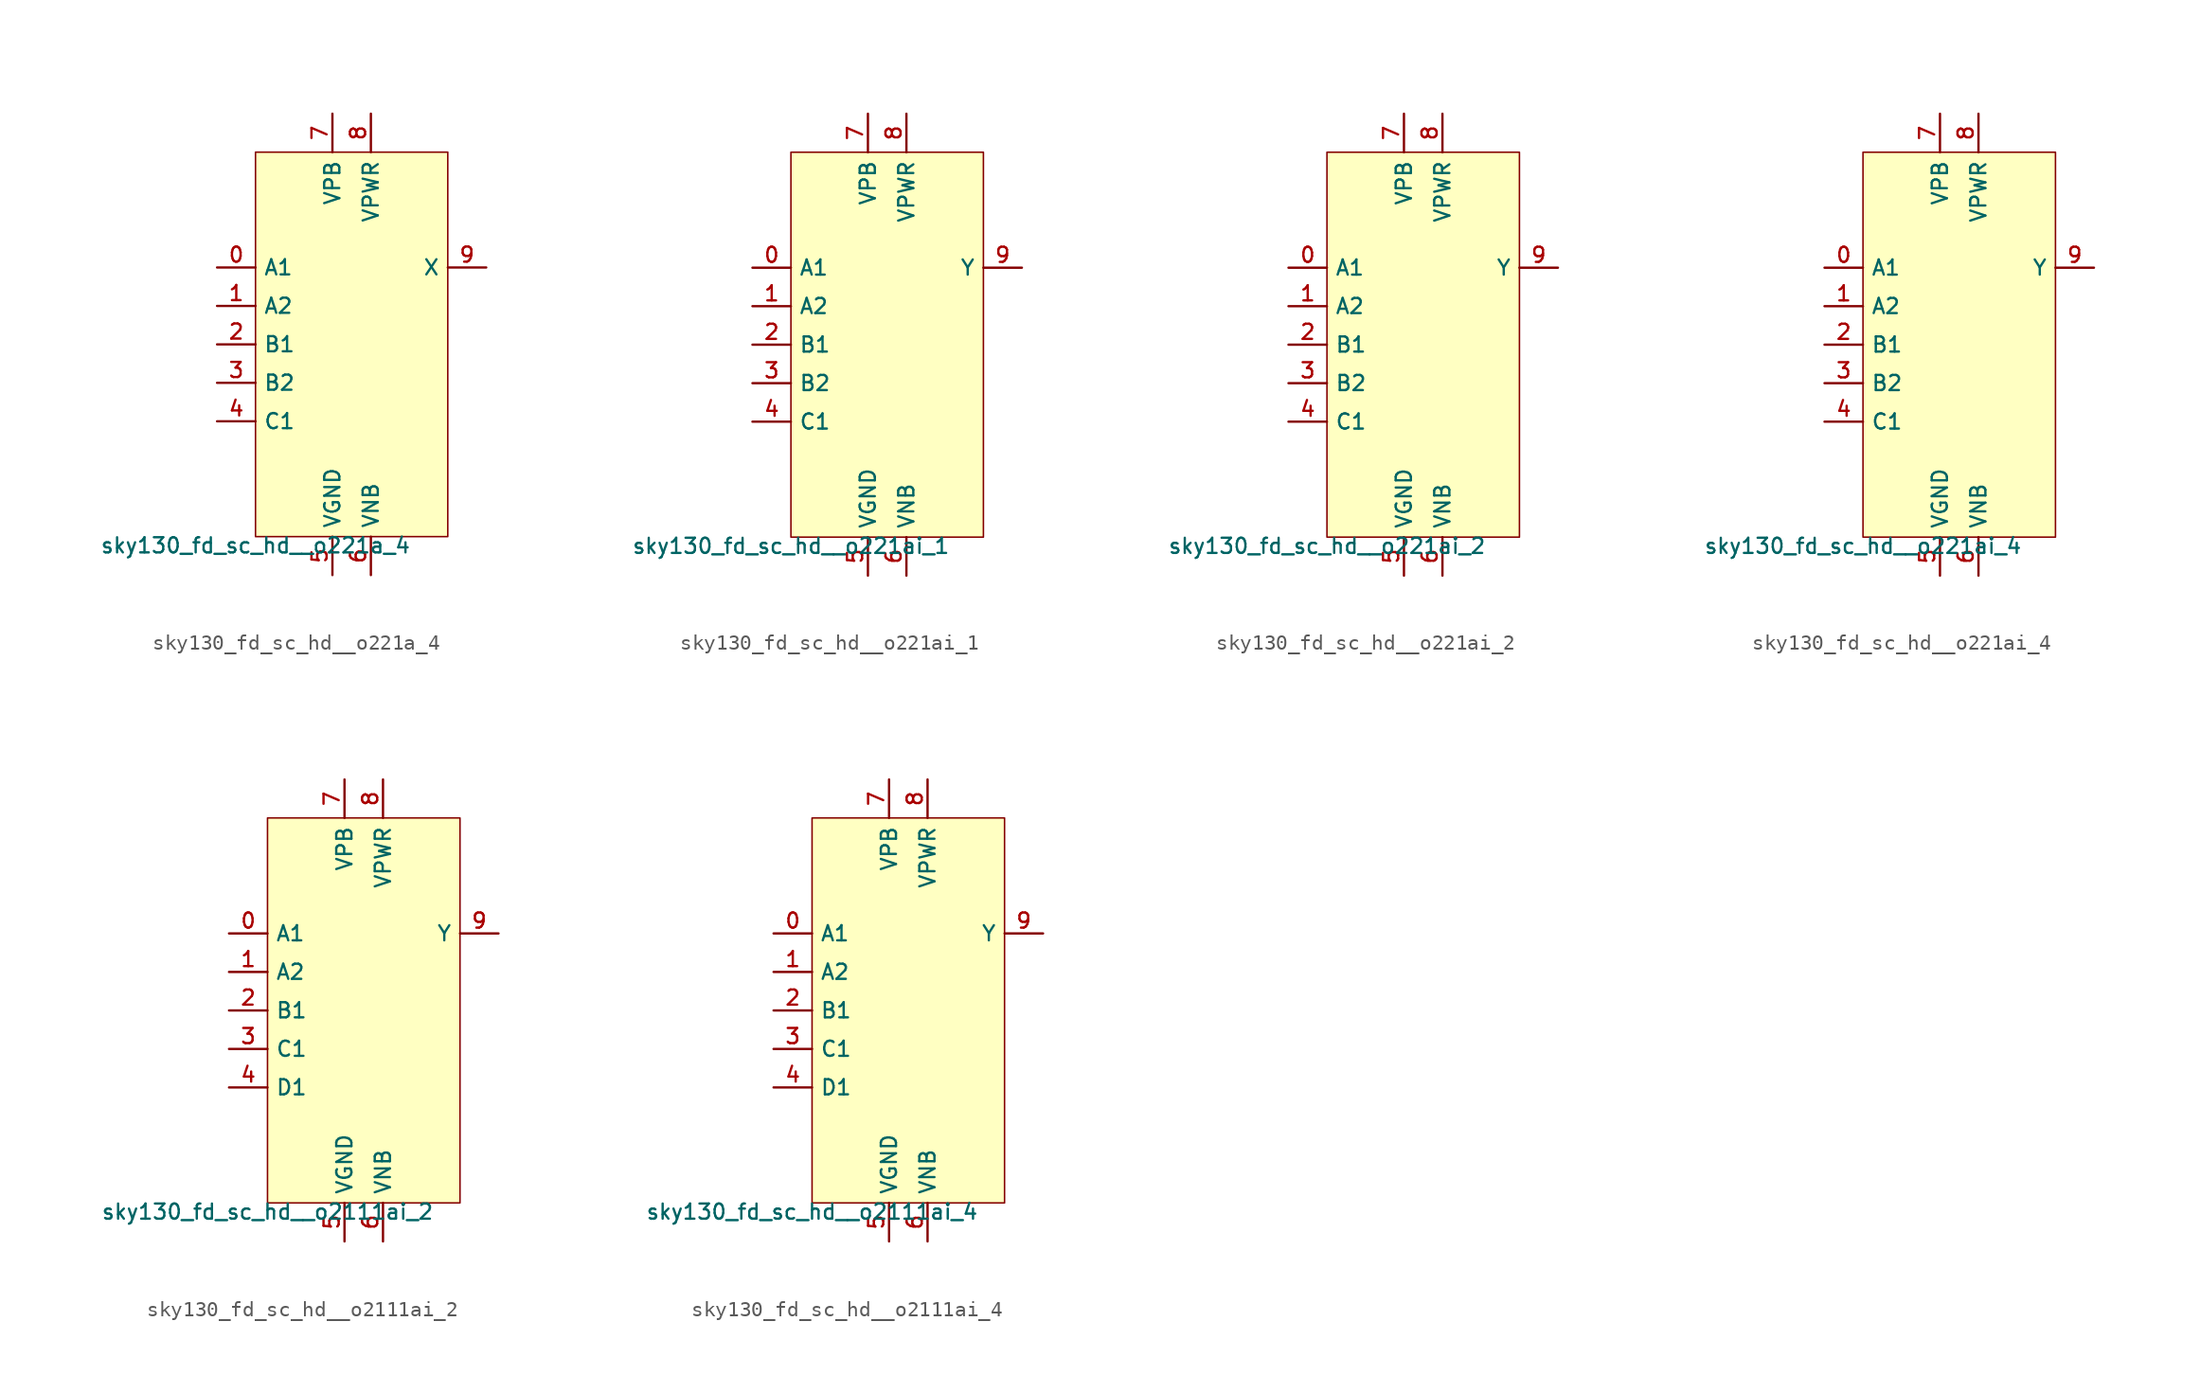
<source format=kicad_sym>
(kicad_symbol_lib
  (version 20211014)
  (generator lef2kicad_sym)
  (symbol "sky130_fd_sc_hd__o221a_4"
    (property "Reference" "X"
      (at 0 0 0)
      (effects (font (size 1 1)) hide))
    (property "Value" "sky130_fd_sc_hd__o221a_4"
      (at -6.35 -12.7 0)
      (effects (font (size 1 1)) (justify top)))
    (rectangle
      (start -6.35 -12.7)
      (end 6.35 12.7)
      (stroke (width 0.1) (type solid) (color 0 0 0 0))
      (fill (type background)))
    (pin input line
      (at -8.89 5.08 0)
      (length 2.54)
      (name "A1" (effects (font (size 1 1)) hide))
      (number "0" (effects (font (size 1 1)) hide)))
    (pin input line
      (at -8.89 2.54 0)
      (length 2.54)
      (name "A2" (effects (font (size 1 1)) hide))
      (number "1" (effects (font (size 1 1)) hide)))
    (pin input line
      (at -8.89 -8.881784197001252e-16 0)
      (length 2.54)
      (name "B1" (effects (font (size 1 1)) hide))
      (number "2" (effects (font (size 1 1)) hide)))
    (pin input line
      (at -8.89 -2.54 0)
      (length 2.54)
      (name "B2" (effects (font (size 1 1)) hide))
      (number "3" (effects (font (size 1 1)) hide)))
    (pin input line
      (at -8.89 -5.08 0)
      (length 2.54)
      (name "C1" (effects (font (size 1 1)) hide))
      (number "4" (effects (font (size 1 1)) hide)))
    (pin power_in line
      (at -1.27 -15.24 90)
      (length 2.54)
      (name "VGND" (effects (font (size 1 1)) hide))
      (number "5" (effects (font (size 1 1)) hide)))
    (pin power_in line
      (at 1.27 -15.24 90)
      (length 2.54)
      (name "VNB" (effects (font (size 1 1)) hide))
      (number "6" (effects (font (size 1 1)) hide)))
    (pin power_in line
      (at -1.27 15.24 270)
      (length 2.54)
      (name "VPB" (effects (font (size 1 1)) hide))
      (number "7" (effects (font (size 1 1)) hide)))
    (pin power_in line
      (at 1.27 15.24 270)
      (length 2.54)
      (name "VPWR" (effects (font (size 1 1)) hide))
      (number "8" (effects (font (size 1 1)) hide)))
    (pin output line
      (at 8.89 5.08 180)
      (length 2.54)
      (name "X" (effects (font (size 1 1)) hide))
      (number "9" (effects (font (size 1 1)) hide))))
  (symbol "sky130_fd_sc_hd__o221ai_1"
    (property "Reference" "X"
      (at 0 0 0)
      (effects (font (size 1 1)) hide))
    (property "Value" "sky130_fd_sc_hd__o221ai_1"
      (at -6.35 -12.7 0)
      (effects (font (size 1 1)) (justify top)))
    (rectangle
      (start -6.35 -12.7)
      (end 6.35 12.7)
      (stroke (width 0.1) (type solid) (color 0 0 0 0))
      (fill (type background)))
    (pin input line
      (at -8.89 5.08 0)
      (length 2.54)
      (name "A1" (effects (font (size 1 1)) hide))
      (number "0" (effects (font (size 1 1)) hide)))
    (pin input line
      (at -8.89 2.54 0)
      (length 2.54)
      (name "A2" (effects (font (size 1 1)) hide))
      (number "1" (effects (font (size 1 1)) hide)))
    (pin input line
      (at -8.89 -8.881784197001252e-16 0)
      (length 2.54)
      (name "B1" (effects (font (size 1 1)) hide))
      (number "2" (effects (font (size 1 1)) hide)))
    (pin input line
      (at -8.89 -2.54 0)
      (length 2.54)
      (name "B2" (effects (font (size 1 1)) hide))
      (number "3" (effects (font (size 1 1)) hide)))
    (pin input line
      (at -8.89 -5.08 0)
      (length 2.54)
      (name "C1" (effects (font (size 1 1)) hide))
      (number "4" (effects (font (size 1 1)) hide)))
    (pin power_in line
      (at -1.27 -15.24 90)
      (length 2.54)
      (name "VGND" (effects (font (size 1 1)) hide))
      (number "5" (effects (font (size 1 1)) hide)))
    (pin power_in line
      (at 1.27 -15.24 90)
      (length 2.54)
      (name "VNB" (effects (font (size 1 1)) hide))
      (number "6" (effects (font (size 1 1)) hide)))
    (pin power_in line
      (at -1.27 15.24 270)
      (length 2.54)
      (name "VPB" (effects (font (size 1 1)) hide))
      (number "7" (effects (font (size 1 1)) hide)))
    (pin power_in line
      (at 1.27 15.24 270)
      (length 2.54)
      (name "VPWR" (effects (font (size 1 1)) hide))
      (number "8" (effects (font (size 1 1)) hide)))
    (pin output line
      (at 8.89 5.08 180)
      (length 2.54)
      (name "Y" (effects (font (size 1 1)) hide))
      (number "9" (effects (font (size 1 1)) hide))))
  (symbol "sky130_fd_sc_hd__o221ai_2"
    (property "Reference" "X"
      (at 0 0 0)
      (effects (font (size 1 1)) hide))
    (property "Value" "sky130_fd_sc_hd__o221ai_2"
      (at -6.35 -12.7 0)
      (effects (font (size 1 1)) (justify top)))
    (rectangle
      (start -6.35 -12.7)
      (end 6.35 12.7)
      (stroke (width 0.1) (type solid) (color 0 0 0 0))
      (fill (type background)))
    (pin input line
      (at -8.89 5.08 0)
      (length 2.54)
      (name "A1" (effects (font (size 1 1)) hide))
      (number "0" (effects (font (size 1 1)) hide)))
    (pin input line
      (at -8.89 2.54 0)
      (length 2.54)
      (name "A2" (effects (font (size 1 1)) hide))
      (number "1" (effects (font (size 1 1)) hide)))
    (pin input line
      (at -8.89 -8.881784197001252e-16 0)
      (length 2.54)
      (name "B1" (effects (font (size 1 1)) hide))
      (number "2" (effects (font (size 1 1)) hide)))
    (pin input line
      (at -8.89 -2.54 0)
      (length 2.54)
      (name "B2" (effects (font (size 1 1)) hide))
      (number "3" (effects (font (size 1 1)) hide)))
    (pin input line
      (at -8.89 -5.08 0)
      (length 2.54)
      (name "C1" (effects (font (size 1 1)) hide))
      (number "4" (effects (font (size 1 1)) hide)))
    (pin power_in line
      (at -1.27 -15.24 90)
      (length 2.54)
      (name "VGND" (effects (font (size 1 1)) hide))
      (number "5" (effects (font (size 1 1)) hide)))
    (pin power_in line
      (at 1.27 -15.24 90)
      (length 2.54)
      (name "VNB" (effects (font (size 1 1)) hide))
      (number "6" (effects (font (size 1 1)) hide)))
    (pin power_in line
      (at -1.27 15.24 270)
      (length 2.54)
      (name "VPB" (effects (font (size 1 1)) hide))
      (number "7" (effects (font (size 1 1)) hide)))
    (pin power_in line
      (at 1.27 15.24 270)
      (length 2.54)
      (name "VPWR" (effects (font (size 1 1)) hide))
      (number "8" (effects (font (size 1 1)) hide)))
    (pin output line
      (at 8.89 5.08 180)
      (length 2.54)
      (name "Y" (effects (font (size 1 1)) hide))
      (number "9" (effects (font (size 1 1)) hide))))
  (symbol "sky130_fd_sc_hd__o221ai_4"
    (property "Reference" "X"
      (at 0 0 0)
      (effects (font (size 1 1)) hide))
    (property "Value" "sky130_fd_sc_hd__o221ai_4"
      (at -6.35 -12.7 0)
      (effects (font (size 1 1)) (justify top)))
    (rectangle
      (start -6.35 -12.7)
      (end 6.35 12.7)
      (stroke (width 0.1) (type solid) (color 0 0 0 0))
      (fill (type background)))
    (pin input line
      (at -8.89 5.08 0)
      (length 2.54)
      (name "A1" (effects (font (size 1 1)) hide))
      (number "0" (effects (font (size 1 1)) hide)))
    (pin input line
      (at -8.89 2.54 0)
      (length 2.54)
      (name "A2" (effects (font (size 1 1)) hide))
      (number "1" (effects (font (size 1 1)) hide)))
    (pin input line
      (at -8.89 -8.881784197001252e-16 0)
      (length 2.54)
      (name "B1" (effects (font (size 1 1)) hide))
      (number "2" (effects (font (size 1 1)) hide)))
    (pin input line
      (at -8.89 -2.54 0)
      (length 2.54)
      (name "B2" (effects (font (size 1 1)) hide))
      (number "3" (effects (font (size 1 1)) hide)))
    (pin input line
      (at -8.89 -5.08 0)
      (length 2.54)
      (name "C1" (effects (font (size 1 1)) hide))
      (number "4" (effects (font (size 1 1)) hide)))
    (pin power_in line
      (at -1.27 -15.24 90)
      (length 2.54)
      (name "VGND" (effects (font (size 1 1)) hide))
      (number "5" (effects (font (size 1 1)) hide)))
    (pin power_in line
      (at 1.27 -15.24 90)
      (length 2.54)
      (name "VNB" (effects (font (size 1 1)) hide))
      (number "6" (effects (font (size 1 1)) hide)))
    (pin power_in line
      (at -1.27 15.24 270)
      (length 2.54)
      (name "VPB" (effects (font (size 1 1)) hide))
      (number "7" (effects (font (size 1 1)) hide)))
    (pin power_in line
      (at 1.27 15.24 270)
      (length 2.54)
      (name "VPWR" (effects (font (size 1 1)) hide))
      (number "8" (effects (font (size 1 1)) hide)))
    (pin output line
      (at 8.89 5.08 180)
      (length 2.54)
      (name "Y" (effects (font (size 1 1)) hide))
      (number "9" (effects (font (size 1 1)) hide))))
  (symbol "sky130_fd_sc_hd__o2111ai_2"
    (property "Reference" "X"
      (at 0 0 0)
      (effects (font (size 1 1)) hide))
    (property "Value" "sky130_fd_sc_hd__o2111ai_2"
      (at -6.35 -12.7 0)
      (effects (font (size 1 1)) (justify top)))
    (rectangle
      (start -6.35 -12.7)
      (end 6.35 12.7)
      (stroke (width 0.1) (type solid) (color 0 0 0 0))
      (fill (type background)))
    (pin input line
      (at -8.89 5.08 0)
      (length 2.54)
      (name "A1" (effects (font (size 1 1)) hide))
      (number "0" (effects (font (size 1 1)) hide)))
    (pin input line
      (at -8.89 2.54 0)
      (length 2.54)
      (name "A2" (effects (font (size 1 1)) hide))
      (number "1" (effects (font (size 1 1)) hide)))
    (pin input line
      (at -8.89 -8.881784197001252e-16 0)
      (length 2.54)
      (name "B1" (effects (font (size 1 1)) hide))
      (number "2" (effects (font (size 1 1)) hide)))
    (pin input line
      (at -8.89 -2.54 0)
      (length 2.54)
      (name "C1" (effects (font (size 1 1)) hide))
      (number "3" (effects (font (size 1 1)) hide)))
    (pin input line
      (at -8.89 -5.08 0)
      (length 2.54)
      (name "D1" (effects (font (size 1 1)) hide))
      (number "4" (effects (font (size 1 1)) hide)))
    (pin power_in line
      (at -1.27 -15.24 90)
      (length 2.54)
      (name "VGND" (effects (font (size 1 1)) hide))
      (number "5" (effects (font (size 1 1)) hide)))
    (pin power_in line
      (at 1.27 -15.24 90)
      (length 2.54)
      (name "VNB" (effects (font (size 1 1)) hide))
      (number "6" (effects (font (size 1 1)) hide)))
    (pin power_in line
      (at -1.27 15.24 270)
      (length 2.54)
      (name "VPB" (effects (font (size 1 1)) hide))
      (number "7" (effects (font (size 1 1)) hide)))
    (pin power_in line
      (at 1.27 15.24 270)
      (length 2.54)
      (name "VPWR" (effects (font (size 1 1)) hide))
      (number "8" (effects (font (size 1 1)) hide)))
    (pin output line
      (at 8.89 5.08 180)
      (length 2.54)
      (name "Y" (effects (font (size 1 1)) hide))
      (number "9" (effects (font (size 1 1)) hide))))
  (symbol "sky130_fd_sc_hd__o2111ai_4"
    (property "Reference" "X"
      (at 0 0 0)
      (effects (font (size 1 1)) hide))
    (property "Value" "sky130_fd_sc_hd__o2111ai_4"
      (at -6.35 -12.7 0)
      (effects (font (size 1 1)) (justify top)))
    (rectangle
      (start -6.35 -12.7)
      (end 6.35 12.7)
      (stroke (width 0.1) (type solid) (color 0 0 0 0))
      (fill (type background)))
    (pin input line
      (at -8.89 5.08 0)
      (length 2.54)
      (name "A1" (effects (font (size 1 1)) hide))
      (number "0" (effects (font (size 1 1)) hide)))
    (pin input line
      (at -8.89 2.54 0)
      (length 2.54)
      (name "A2" (effects (font (size 1 1)) hide))
      (number "1" (effects (font (size 1 1)) hide)))
    (pin input line
      (at -8.89 -8.881784197001252e-16 0)
      (length 2.54)
      (name "B1" (effects (font (size 1 1)) hide))
      (number "2" (effects (font (size 1 1)) hide)))
    (pin input line
      (at -8.89 -2.54 0)
      (length 2.54)
      (name "C1" (effects (font (size 1 1)) hide))
      (number "3" (effects (font (size 1 1)) hide)))
    (pin input line
      (at -8.89 -5.08 0)
      (length 2.54)
      (name "D1" (effects (font (size 1 1)) hide))
      (number "4" (effects (font (size 1 1)) hide)))
    (pin power_in line
      (at -1.27 -15.24 90)
      (length 2.54)
      (name "VGND" (effects (font (size 1 1)) hide))
      (number "5" (effects (font (size 1 1)) hide)))
    (pin power_in line
      (at 1.27 -15.24 90)
      (length 2.54)
      (name "VNB" (effects (font (size 1 1)) hide))
      (number "6" (effects (font (size 1 1)) hide)))
    (pin power_in line
      (at -1.27 15.24 270)
      (length 2.54)
      (name "VPB" (effects (font (size 1 1)) hide))
      (number "7" (effects (font (size 1 1)) hide)))
    (pin power_in line
      (at 1.27 15.24 270)
      (length 2.54)
      (name "VPWR" (effects (font (size 1 1)) hide))
      (number "8" (effects (font (size 1 1)) hide)))
    (pin output line
      (at 8.89 5.08 180)
      (length 2.54)
      (name "Y" (effects (font (size 1 1)) hide))
      (number "9" (effects (font (size 1 1)) hide)))))
</source>
